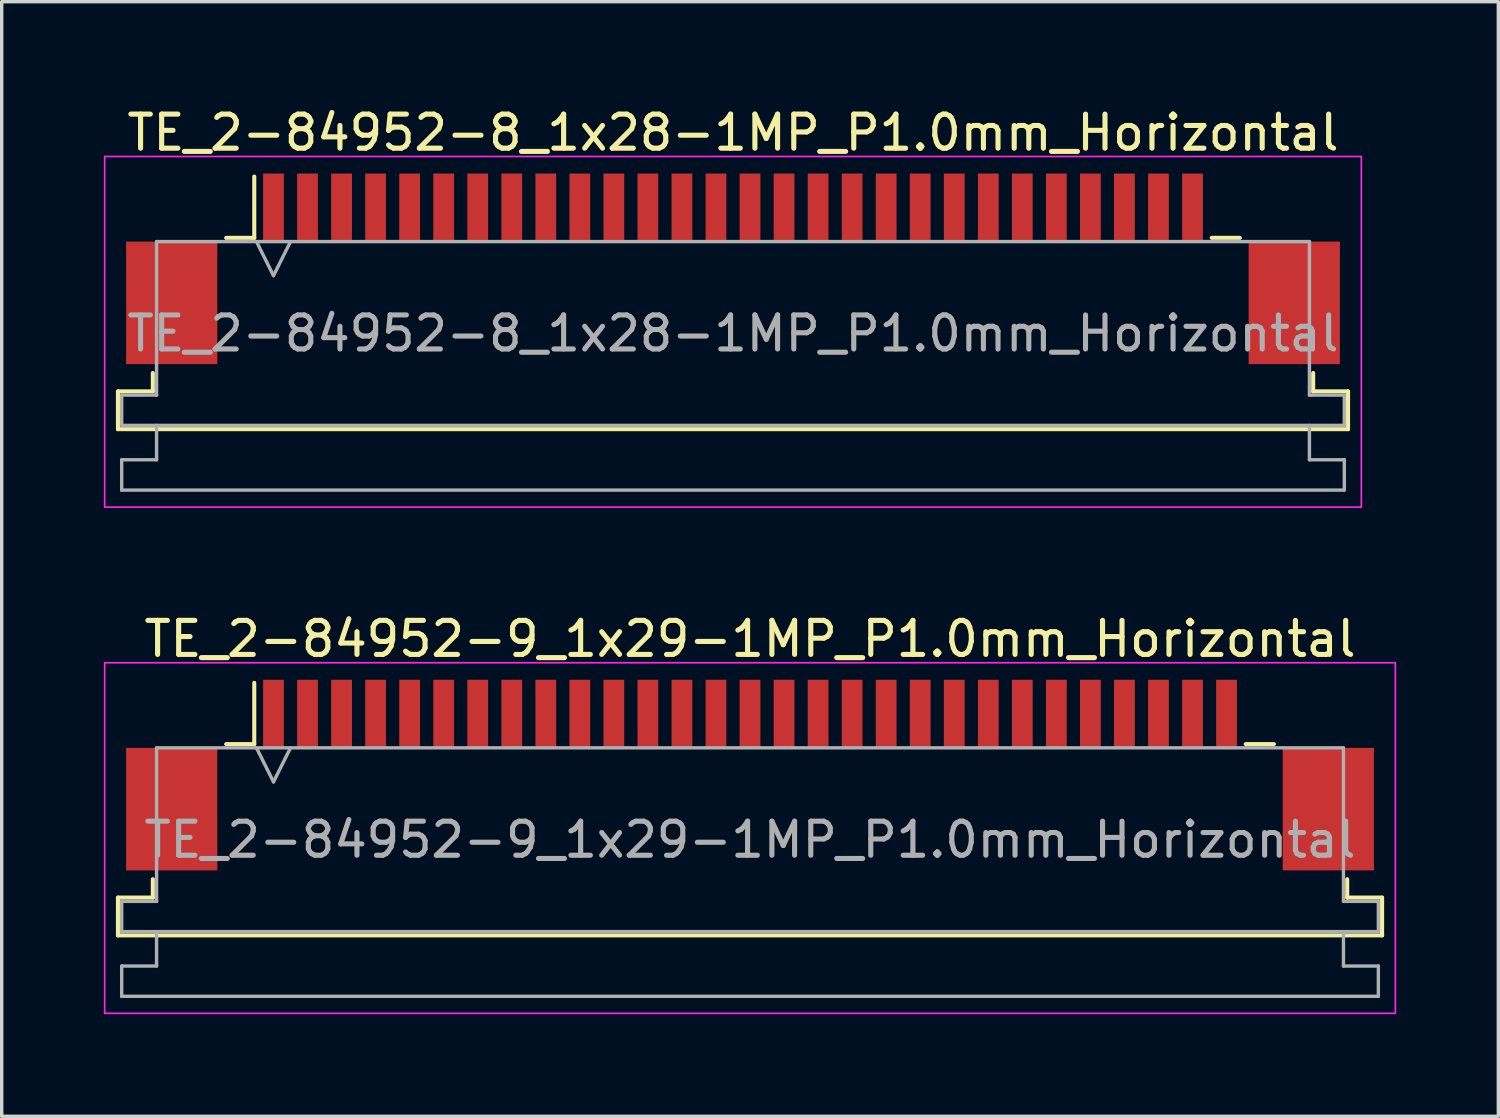
<source format=kicad_pcb>
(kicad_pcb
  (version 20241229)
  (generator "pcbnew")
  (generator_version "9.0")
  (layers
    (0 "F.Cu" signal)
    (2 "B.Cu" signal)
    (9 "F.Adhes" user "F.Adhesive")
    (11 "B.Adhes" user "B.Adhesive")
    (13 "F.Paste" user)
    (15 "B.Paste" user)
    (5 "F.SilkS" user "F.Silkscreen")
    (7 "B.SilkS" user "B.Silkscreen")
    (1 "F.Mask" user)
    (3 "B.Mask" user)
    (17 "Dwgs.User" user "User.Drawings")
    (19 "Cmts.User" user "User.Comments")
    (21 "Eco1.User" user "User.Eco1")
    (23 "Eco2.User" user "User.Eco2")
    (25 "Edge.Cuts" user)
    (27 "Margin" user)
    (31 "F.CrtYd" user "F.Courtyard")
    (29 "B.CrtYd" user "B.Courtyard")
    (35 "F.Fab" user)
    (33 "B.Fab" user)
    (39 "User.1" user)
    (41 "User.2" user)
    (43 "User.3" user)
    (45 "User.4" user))
  (footprint "TE_2-84952-8_1x28-1MP_P1.0mm_Horizontal"
    (layer "F.Cu")
    (at 18.485 4.848)
    (property "Reference" "TE_2-84952-8_1x28-1MP_P1.0mm_Horizontal" (at 0 -4 0) (layer "F.SilkS") (effects (font (size 1 1) (thickness 0.15))))
    (attr smd)
    (fp_line (start -18.07 3.6) (end -17.045 3.6) (stroke (width 0.12) (type solid)) (layer "F.SilkS"))
    (fp_line (start -18.07 4.71) (end -18.07 3.6) (stroke (width 0.12) (type solid)) (layer "F.SilkS"))
    (fp_line (start -17.045 3.6) (end -17.045 3.06) (stroke (width 0.12) (type solid)) (layer "F.SilkS"))
    (fp_line (start -14.89 -0.91) (end -14.065 -0.91) (stroke (width 0.12) (type solid)) (layer "F.SilkS"))
    (fp_line (start -14.065 -0.91) (end -14.065 -2.71) (stroke (width 0.12) (type solid)) (layer "F.SilkS"))
    (fp_line (start 14.065 -0.91) (end 14.89 -0.91) (stroke (width 0.12) (type solid)) (layer "F.SilkS"))
    (fp_line (start 17.045 3.06) (end 17.045 3.6) (stroke (width 0.12) (type solid)) (layer "F.SilkS"))
    (fp_line (start 17.045 3.6) (end 18.07 3.6) (stroke (width 0.12) (type solid)) (layer "F.SilkS"))
    (fp_line (start 18.07 3.6) (end 18.07 4.71) (stroke (width 0.12) (type solid)) (layer "F.SilkS"))
    (fp_line (start 18.07 4.71) (end -18.07 4.71) (stroke (width 0.12) (type solid)) (layer "F.SilkS"))
    (fp_line (start -18.46 -3.3) (end -18.46 7) (stroke (width 0.05) (type solid)) (layer "F.CrtYd"))
    (fp_line (start -18.46 7) (end 18.46 7) (stroke (width 0.05) (type solid)) (layer "F.CrtYd"))
    (fp_line (start 18.46 -3.3) (end -18.46 -3.3) (stroke (width 0.05) (type solid)) (layer "F.CrtYd"))
    (fp_line (start 18.46 7) (end 18.46 -3.3) (stroke (width 0.05) (type solid)) (layer "F.CrtYd"))
    (fp_line (start -17.96 3.71) (end -16.935 3.71) (stroke (width 0.1) (type solid)) (layer "F.Fab"))
    (fp_line (start -17.96 4.6) (end -17.96 3.71) (stroke (width 0.1) (type solid)) (layer "F.Fab"))
    (fp_line (start -17.96 5.61) (end -16.935 5.61) (stroke (width 0.1) (type solid)) (layer "F.Fab"))
    (fp_line (start -17.96 6.5) (end -17.96 5.61) (stroke (width 0.1) (type solid)) (layer "F.Fab"))
    (fp_line (start -16.935 -0.8) (end 16.935 -0.8) (stroke (width 0.1) (type solid)) (layer "F.Fab"))
    (fp_line (start -16.935 3.71) (end -16.935 -0.8) (stroke (width 0.1) (type solid)) (layer "F.Fab"))
    (fp_line (start -16.935 5.61) (end -16.935 4.6) (stroke (width 0.1) (type solid)) (layer "F.Fab"))
    (fp_line (start -14 -0.8) (end -13.5 0.2) (stroke (width 0.1) (type solid)) (layer "F.Fab"))
    (fp_line (start -13.5 0.2) (end -13 -0.8) (stroke (width 0.1) (type solid)) (layer "F.Fab"))
    (fp_line (start 16.935 -0.8) (end 16.935 3.71) (stroke (width 0.1) (type solid)) (layer "F.Fab"))
    (fp_line (start 16.935 3.71) (end 17.96 3.71) (stroke (width 0.1) (type solid)) (layer "F.Fab"))
    (fp_line (start 16.935 4.6) (end 16.935 5.61) (stroke (width 0.1) (type solid)) (layer "F.Fab"))
    (fp_line (start 16.935 5.61) (end 17.96 5.61) (stroke (width 0.1) (type solid)) (layer "F.Fab"))
    (fp_line (start 17.96 3.71) (end 17.96 4.6) (stroke (width 0.1) (type solid)) (layer "F.Fab"))
    (fp_line (start 17.96 4.6) (end -17.96 4.6) (stroke (width 0.1) (type solid)) (layer "F.Fab"))
    (fp_line (start 17.96 5.61) (end 17.96 6.5) (stroke (width 0.1) (type solid)) (layer "F.Fab"))
    (fp_line (start 17.96 6.5) (end -17.96 6.5) (stroke (width 0.1) (type solid)) (layer "F.Fab"))
    (fp_text user "${REFERENCE}" (at 0 1.9 0) (layer "F.Fab") (effects (font (size 1 1) (thickness 0.15))))
    (pad "1" smd rect (at -13.5 -1.8) (size 0.61 2) (layers "F.Cu" "F.Mask" "F.Paste"))
    (pad "2" smd rect (at -12.5 -1.8) (size 0.61 2) (layers "F.Cu" "F.Mask" "F.Paste"))
    (pad "3" smd rect (at -11.5 -1.8) (size 0.61 2) (layers "F.Cu" "F.Mask" "F.Paste"))
    (pad "4" smd rect (at -10.5 -1.8) (size 0.61 2) (layers "F.Cu" "F.Mask" "F.Paste"))
    (pad "5" smd rect (at -9.5 -1.8) (size 0.61 2) (layers "F.Cu" "F.Mask" "F.Paste"))
    (pad "6" smd rect (at -8.5 -1.8) (size 0.61 2) (layers "F.Cu" "F.Mask" "F.Paste"))
    (pad "7" smd rect (at -7.5 -1.8) (size 0.61 2) (layers "F.Cu" "F.Mask" "F.Paste"))
    (pad "8" smd rect (at -6.5 -1.8) (size 0.61 2) (layers "F.Cu" "F.Mask" "F.Paste"))
    (pad "9" smd rect (at -5.5 -1.8) (size 0.61 2) (layers "F.Cu" "F.Mask" "F.Paste"))
    (pad "10" smd rect (at -4.5 -1.8) (size 0.61 2) (layers "F.Cu" "F.Mask" "F.Paste"))
    (pad "11" smd rect (at -3.5 -1.8) (size 0.61 2) (layers "F.Cu" "F.Mask" "F.Paste"))
    (pad "12" smd rect (at -2.5 -1.8) (size 0.61 2) (layers "F.Cu" "F.Mask" "F.Paste"))
    (pad "13" smd rect (at -1.5 -1.8) (size 0.61 2) (layers "F.Cu" "F.Mask" "F.Paste"))
    (pad "14" smd rect (at -0.5 -1.8) (size 0.61 2) (layers "F.Cu" "F.Mask" "F.Paste"))
    (pad "15" smd rect (at 0.5 -1.8) (size 0.61 2) (layers "F.Cu" "F.Mask" "F.Paste"))
    (pad "16" smd rect (at 1.5 -1.8) (size 0.61 2) (layers "F.Cu" "F.Mask" "F.Paste"))
    (pad "17" smd rect (at 2.5 -1.8) (size 0.61 2) (layers "F.Cu" "F.Mask" "F.Paste"))
    (pad "18" smd rect (at 3.5 -1.8) (size 0.61 2) (layers "F.Cu" "F.Mask" "F.Paste"))
    (pad "19" smd rect (at 4.5 -1.8) (size 0.61 2) (layers "F.Cu" "F.Mask" "F.Paste"))
    (pad "20" smd rect (at 5.5 -1.8) (size 0.61 2) (layers "F.Cu" "F.Mask" "F.Paste"))
    (pad "21" smd rect (at 6.5 -1.8) (size 0.61 2) (layers "F.Cu" "F.Mask" "F.Paste"))
    (pad "22" smd rect (at 7.5 -1.8) (size 0.61 2) (layers "F.Cu" "F.Mask" "F.Paste"))
    (pad "23" smd rect (at 8.5 -1.8) (size 0.61 2) (layers "F.Cu" "F.Mask" "F.Paste"))
    (pad "24" smd rect (at 9.5 -1.8) (size 0.61 2) (layers "F.Cu" "F.Mask" "F.Paste"))
    (pad "25" smd rect (at 10.5 -1.8) (size 0.61 2) (layers "F.Cu" "F.Mask" "F.Paste"))
    (pad "26" smd rect (at 11.5 -1.8) (size 0.61 2) (layers "F.Cu" "F.Mask" "F.Paste"))
    (pad "27" smd rect (at 12.5 -1.8) (size 0.61 2) (layers "F.Cu" "F.Mask" "F.Paste"))
    (pad "28" smd rect (at 13.5 -1.8) (size 0.61 2) (layers "F.Cu" "F.Mask" "F.Paste"))
    (pad "MP" smd rect (at -16.49 1) (size 2.68 3.6) (layers "F.Cu" "F.Mask" "F.Paste"))
    (pad "MP" smd rect (at 16.49 1) (size 2.68 3.6) (layers "F.Cu" "F.Mask" "F.Paste")))
  (footprint "TE_2-84952-9_1x29-1MP_P1.0mm_Horizontal"
    (layer "F.Cu")
    (at 18.985 19.721)
    (property "Reference" "TE_2-84952-9_1x29-1MP_P1.0mm_Horizontal" (at 0 -4 0) (layer "F.SilkS") (effects (font (size 1 1) (thickness 0.15))))
    (attr smd)
    (fp_line (start -18.57 3.6) (end -17.545 3.6) (stroke (width 0.12) (type solid)) (layer "F.SilkS"))
    (fp_line (start -18.57 4.71) (end -18.57 3.6) (stroke (width 0.12) (type solid)) (layer "F.SilkS"))
    (fp_line (start -17.545 3.6) (end -17.545 3.06) (stroke (width 0.12) (type solid)) (layer "F.SilkS"))
    (fp_line (start -15.39 -0.91) (end -14.565 -0.91) (stroke (width 0.12) (type solid)) (layer "F.SilkS"))
    (fp_line (start -14.565 -0.91) (end -14.565 -2.71) (stroke (width 0.12) (type solid)) (layer "F.SilkS"))
    (fp_line (start 14.565 -0.91) (end 15.39 -0.91) (stroke (width 0.12) (type solid)) (layer "F.SilkS"))
    (fp_line (start 17.545 3.06) (end 17.545 3.6) (stroke (width 0.12) (type solid)) (layer "F.SilkS"))
    (fp_line (start 17.545 3.6) (end 18.57 3.6) (stroke (width 0.12) (type solid)) (layer "F.SilkS"))
    (fp_line (start 18.57 3.6) (end 18.57 4.71) (stroke (width 0.12) (type solid)) (layer "F.SilkS"))
    (fp_line (start 18.57 4.71) (end -18.57 4.71) (stroke (width 0.12) (type solid)) (layer "F.SilkS"))
    (fp_line (start -18.96 -3.3) (end -18.96 7) (stroke (width 0.05) (type solid)) (layer "F.CrtYd"))
    (fp_line (start -18.96 7) (end 18.96 7) (stroke (width 0.05) (type solid)) (layer "F.CrtYd"))
    (fp_line (start 18.96 -3.3) (end -18.96 -3.3) (stroke (width 0.05) (type solid)) (layer "F.CrtYd"))
    (fp_line (start 18.96 7) (end 18.96 -3.3) (stroke (width 0.05) (type solid)) (layer "F.CrtYd"))
    (fp_line (start -18.46 3.71) (end -17.435 3.71) (stroke (width 0.1) (type solid)) (layer "F.Fab"))
    (fp_line (start -18.46 4.6) (end -18.46 3.71) (stroke (width 0.1) (type solid)) (layer "F.Fab"))
    (fp_line (start -18.46 5.61) (end -17.435 5.61) (stroke (width 0.1) (type solid)) (layer "F.Fab"))
    (fp_line (start -18.46 6.5) (end -18.46 5.61) (stroke (width 0.1) (type solid)) (layer "F.Fab"))
    (fp_line (start -17.435 -0.8) (end 17.435 -0.8) (stroke (width 0.1) (type solid)) (layer "F.Fab"))
    (fp_line (start -17.435 3.71) (end -17.435 -0.8) (stroke (width 0.1) (type solid)) (layer "F.Fab"))
    (fp_line (start -17.435 5.61) (end -17.435 4.6) (stroke (width 0.1) (type solid)) (layer "F.Fab"))
    (fp_line (start -14.5 -0.8) (end -14 0.2) (stroke (width 0.1) (type solid)) (layer "F.Fab"))
    (fp_line (start -14 0.2) (end -13.5 -0.8) (stroke (width 0.1) (type solid)) (layer "F.Fab"))
    (fp_line (start 17.435 -0.8) (end 17.435 3.71) (stroke (width 0.1) (type solid)) (layer "F.Fab"))
    (fp_line (start 17.435 3.71) (end 18.46 3.71) (stroke (width 0.1) (type solid)) (layer "F.Fab"))
    (fp_line (start 17.435 4.6) (end 17.435 5.61) (stroke (width 0.1) (type solid)) (layer "F.Fab"))
    (fp_line (start 17.435 5.61) (end 18.46 5.61) (stroke (width 0.1) (type solid)) (layer "F.Fab"))
    (fp_line (start 18.46 3.71) (end 18.46 4.6) (stroke (width 0.1) (type solid)) (layer "F.Fab"))
    (fp_line (start 18.46 4.6) (end -18.46 4.6) (stroke (width 0.1) (type solid)) (layer "F.Fab"))
    (fp_line (start 18.46 5.61) (end 18.46 6.5) (stroke (width 0.1) (type solid)) (layer "F.Fab"))
    (fp_line (start 18.46 6.5) (end -18.46 6.5) (stroke (width 0.1) (type solid)) (layer "F.Fab"))
    (fp_text user "${REFERENCE}" (at 0 1.9 0) (layer "F.Fab") (effects (font (size 1 1) (thickness 0.15))))
    (pad "1" smd rect (at -14 -1.8) (size 0.61 2) (layers "F.Cu" "F.Mask" "F.Paste"))
    (pad "2" smd rect (at -13 -1.8) (size 0.61 2) (layers "F.Cu" "F.Mask" "F.Paste"))
    (pad "3" smd rect (at -12 -1.8) (size 0.61 2) (layers "F.Cu" "F.Mask" "F.Paste"))
    (pad "4" smd rect (at -11 -1.8) (size 0.61 2) (layers "F.Cu" "F.Mask" "F.Paste"))
    (pad "5" smd rect (at -10 -1.8) (size 0.61 2) (layers "F.Cu" "F.Mask" "F.Paste"))
    (pad "6" smd rect (at -9 -1.8) (size 0.61 2) (layers "F.Cu" "F.Mask" "F.Paste"))
    (pad "7" smd rect (at -8 -1.8) (size 0.61 2) (layers "F.Cu" "F.Mask" "F.Paste"))
    (pad "8" smd rect (at -7 -1.8) (size 0.61 2) (layers "F.Cu" "F.Mask" "F.Paste"))
    (pad "9" smd rect (at -6 -1.8) (size 0.61 2) (layers "F.Cu" "F.Mask" "F.Paste"))
    (pad "10" smd rect (at -5 -1.8) (size 0.61 2) (layers "F.Cu" "F.Mask" "F.Paste"))
    (pad "11" smd rect (at -4 -1.8) (size 0.61 2) (layers "F.Cu" "F.Mask" "F.Paste"))
    (pad "12" smd rect (at -3 -1.8) (size 0.61 2) (layers "F.Cu" "F.Mask" "F.Paste"))
    (pad "13" smd rect (at -2 -1.8) (size 0.61 2) (layers "F.Cu" "F.Mask" "F.Paste"))
    (pad "14" smd rect (at -1 -1.8) (size 0.61 2) (layers "F.Cu" "F.Mask" "F.Paste"))
    (pad "15" smd rect (at 0 -1.8) (size 0.61 2) (layers "F.Cu" "F.Mask" "F.Paste"))
    (pad "16" smd rect (at 1 -1.8) (size 0.61 2) (layers "F.Cu" "F.Mask" "F.Paste"))
    (pad "17" smd rect (at 2 -1.8) (size 0.61 2) (layers "F.Cu" "F.Mask" "F.Paste"))
    (pad "18" smd rect (at 3 -1.8) (size 0.61 2) (layers "F.Cu" "F.Mask" "F.Paste"))
    (pad "19" smd rect (at 4 -1.8) (size 0.61 2) (layers "F.Cu" "F.Mask" "F.Paste"))
    (pad "20" smd rect (at 5 -1.8) (size 0.61 2) (layers "F.Cu" "F.Mask" "F.Paste"))
    (pad "21" smd rect (at 6 -1.8) (size 0.61 2) (layers "F.Cu" "F.Mask" "F.Paste"))
    (pad "22" smd rect (at 7 -1.8) (size 0.61 2) (layers "F.Cu" "F.Mask" "F.Paste"))
    (pad "23" smd rect (at 8 -1.8) (size 0.61 2) (layers "F.Cu" "F.Mask" "F.Paste"))
    (pad "24" smd rect (at 9 -1.8) (size 0.61 2) (layers "F.Cu" "F.Mask" "F.Paste"))
    (pad "25" smd rect (at 10 -1.8) (size 0.61 2) (layers "F.Cu" "F.Mask" "F.Paste"))
    (pad "26" smd rect (at 11 -1.8) (size 0.61 2) (layers "F.Cu" "F.Mask" "F.Paste"))
    (pad "27" smd rect (at 12 -1.8) (size 0.61 2) (layers "F.Cu" "F.Mask" "F.Paste"))
    (pad "28" smd rect (at 13 -1.8) (size 0.61 2) (layers "F.Cu" "F.Mask" "F.Paste"))
    (pad "29" smd rect (at 14 -1.8) (size 0.61 2) (layers "F.Cu" "F.Mask" "F.Paste"))
    (pad "MP" smd rect (at -16.99 1) (size 2.68 3.6) (layers "F.Cu" "F.Mask" "F.Paste"))
    (pad "MP" smd rect (at 16.99 1) (size 2.68 3.6) (layers "F.Cu" "F.Mask" "F.Paste")))
  (gr_rect
    (start -3 -3)
    (end 40.97 29.747)
    (stroke (width 0.1) (type default))
    (fill no)
    (layer "Edge.Cuts")))
</source>
